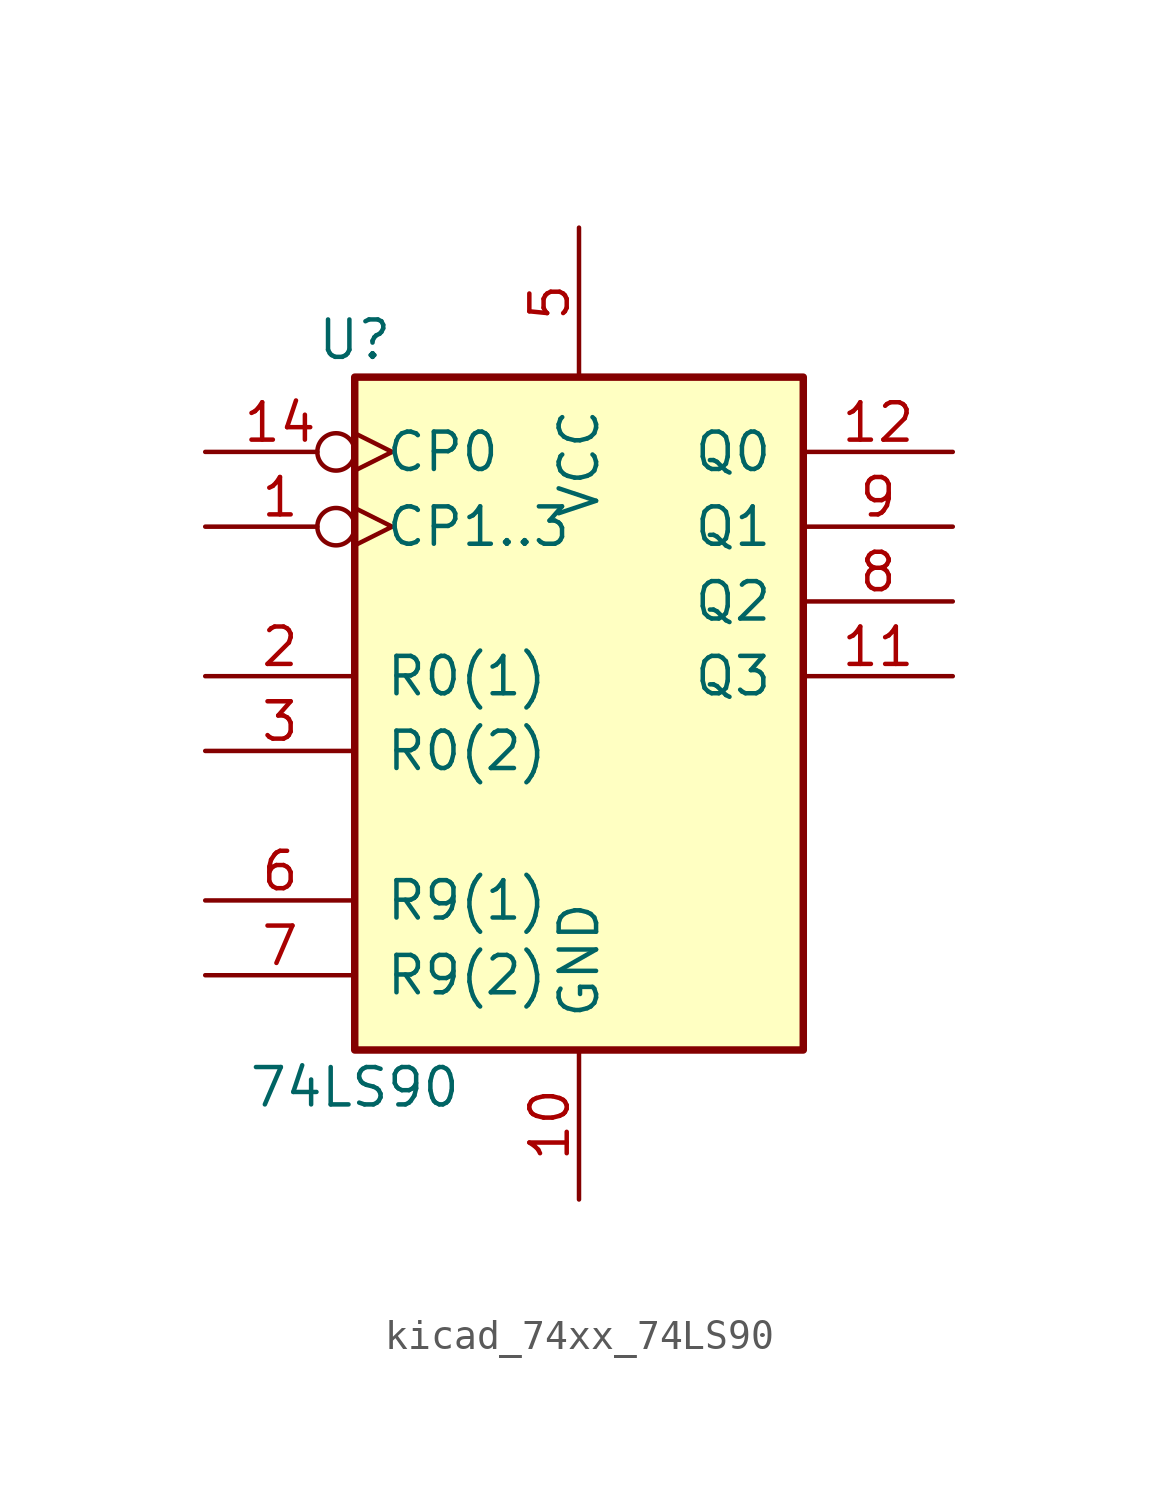
<source format=kicad_sym>
(kicad_symbol_lib
  (version 20220914)
  (generator kicad_symbol_editor)
  (symbol "kicad_74xx_74LS90"
    (pin_names
      (offset 1.016))
    (property "Reference" "U"
      (at -7.62 11.43 0)
      (effects (font (size 1.27 1.27))))
    (property "Value" "74LS90"
      (at -7.62 -13.97 0)
      (effects (font (size 1.27 1.27))))
    (property "ki_locked" ""
      (at 0 0 0)
      (effects (font (size 1.27 1.27))))
    (symbol "kicad_74xx_74LS90_1_0"
      (pin input inverted_clock (at -12.7 5.08 0) (length 5.08) (name "CP1..3" (effects (font (size 1.27 1.27)))) (number "1" (effects (font (size 1.27 1.27)))))
      (pin power_in line (at 0 -17.78 90) (length 5.08) (name "GND" (effects (font (size 1.27 1.27)))) (number "10" (effects (font (size 1.27 1.27)))))
      (pin output line (at 12.7 0 180) (length 5.08) (name "Q3" (effects (font (size 1.27 1.27)))) (number "11" (effects (font (size 1.27 1.27)))))
      (pin output line (at 12.7 7.62 180) (length 5.08) (name "Q0" (effects (font (size 1.27 1.27)))) (number "12" (effects (font (size 1.27 1.27)))))
      (pin input inverted_clock (at -12.7 7.62 0) (length 5.08) (name "CP0" (effects (font (size 1.27 1.27)))) (number "14" (effects (font (size 1.27 1.27)))))
      (pin input line (at -12.7 0 0) (length 5.08) (name "R0(1)" (effects (font (size 1.27 1.27)))) (number "2" (effects (font (size 1.27 1.27)))))
      (pin input line (at -12.7 -2.54 0) (length 5.08) (name "R0(2)" (effects (font (size 1.27 1.27)))) (number "3" (effects (font (size 1.27 1.27)))))
      (pin power_in line (at 0 15.24 270) (length 5.08) (name "VCC" (effects (font (size 1.27 1.27)))) (number "5" (effects (font (size 1.27 1.27)))))
      (pin input line (at -12.7 -7.62 0) (length 5.08) (name "R9(1)" (effects (font (size 1.27 1.27)))) (number "6" (effects (font (size 1.27 1.27)))))
      (pin input line (at -12.7 -10.16 0) (length 5.08) (name "R9(2)" (effects (font (size 1.27 1.27)))) (number "7" (effects (font (size 1.27 1.27)))))
      (pin output line (at 12.7 2.54 180) (length 5.08) (name "Q2" (effects (font (size 1.27 1.27)))) (number "8" (effects (font (size 1.27 1.27)))))
      (pin output line (at 12.7 5.08 180) (length 5.08) (name "Q1" (effects (font (size 1.27 1.27)))) (number "9" (effects (font (size 1.27 1.27))))))
    (symbol "kicad_74xx_74LS90_1_1"
      (rectangle (start -7.62 10.16) (end 7.62 -12.7) (stroke (width 0.254) (type default)) (fill (type background))))))
</source>
